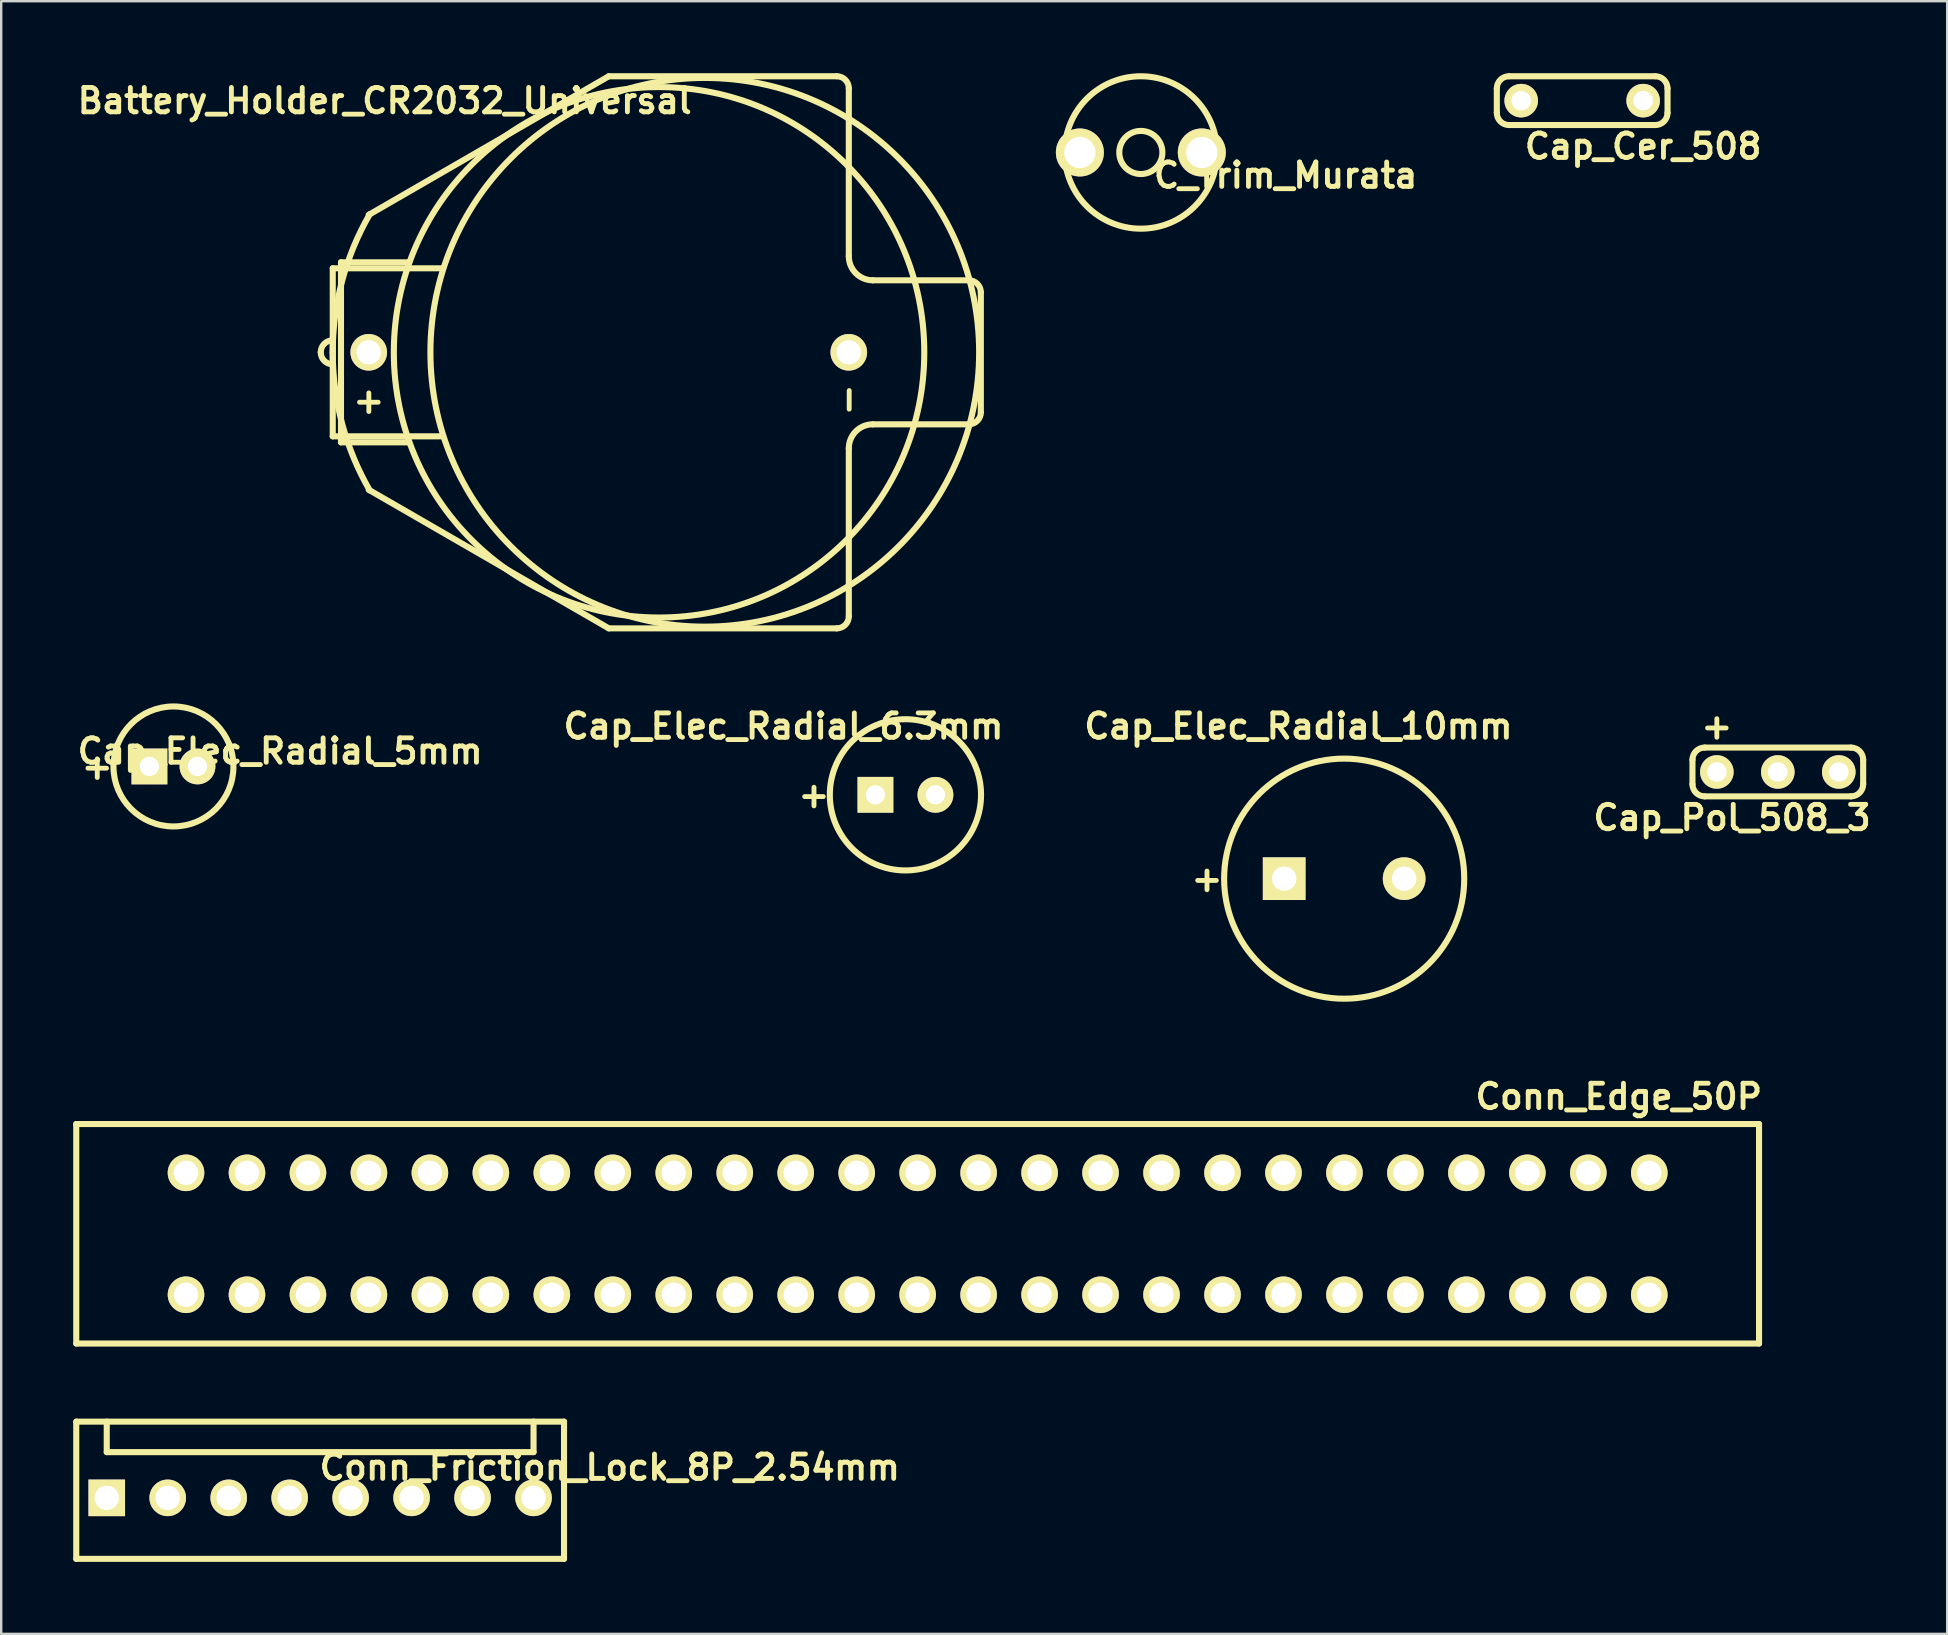
<source format=kicad_pcb>
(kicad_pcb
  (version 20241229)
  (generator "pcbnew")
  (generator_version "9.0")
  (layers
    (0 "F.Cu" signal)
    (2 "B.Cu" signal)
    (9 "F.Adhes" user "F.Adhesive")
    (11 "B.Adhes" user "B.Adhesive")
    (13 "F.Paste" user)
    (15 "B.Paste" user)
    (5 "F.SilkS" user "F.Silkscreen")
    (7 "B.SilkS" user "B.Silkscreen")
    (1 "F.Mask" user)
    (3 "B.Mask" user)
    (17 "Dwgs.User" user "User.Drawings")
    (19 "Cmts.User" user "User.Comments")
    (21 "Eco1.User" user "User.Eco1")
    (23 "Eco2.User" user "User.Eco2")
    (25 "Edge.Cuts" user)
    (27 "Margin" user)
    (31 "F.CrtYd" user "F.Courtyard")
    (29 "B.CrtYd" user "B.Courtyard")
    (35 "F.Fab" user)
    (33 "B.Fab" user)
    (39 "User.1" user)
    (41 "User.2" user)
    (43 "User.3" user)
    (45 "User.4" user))
  (footprint "Cap_Elec_Radial_10mm"
    (layer "F.Cu")
    (at 52.948 33.555)
    (property "Reference" "Cap_Elec_Radial_10mm" (at -1.905 -6.35 0) (layer "F.SilkS") (effects (font (size 1.016 1.016) (thickness 0.203))))
    (attr through_hole)
    (fp_circle (center 0 0) (end -5.001 0) (stroke (width 0.254) (type solid)) (fill no) (layer "F.SilkS"))
    (fp_text user "+" (at -5.715 0 0) (layer "F.SilkS") (effects (font (size 1.016 1.016) (thickness 0.203))))
    (pad "1" thru_hole rect (at -2.499 0) (size 1.778 1.778) (drill 1.016) (layers "*.Cu" "*.Mask" "F.SilkS"))
    (pad "2" thru_hole circle (at 2.499 0) (size 1.778 1.778) (drill 1.016) (layers "*.Cu" "*.Mask" "F.SilkS")))
  (footprint "Conn_Friction_Lock_8P_2.54mm"
    (layer "F.Cu")
    (at 10.287 59.35)
    (property "Reference" "Conn_Friction_Lock_8P_2.54mm" (at 12.065 -1.27 0) (layer "F.SilkS") (effects (font (size 1.016 1.016) (thickness 0.203))))
    (attr through_hole)
    (fp_line (start -10.16 -3.175) (end -10.16 2.54) (stroke (width 0.254) (type solid)) (layer "F.SilkS"))
    (fp_line (start -8.89 -3.175) (end -8.89 -1.905) (stroke (width 0.254) (type solid)) (layer "F.SilkS"))
    (fp_line (start -8.89 -1.905) (end 8.89 -1.905) (stroke (width 0.254) (type solid)) (layer "F.SilkS"))
    (fp_line (start 8.89 -1.905) (end 8.89 -3.175) (stroke (width 0.254) (type solid)) (layer "F.SilkS"))
    (fp_line (start 10.16 -3.175) (end -10.16 -3.175) (stroke (width 0.254) (type solid)) (layer "F.SilkS"))
    (fp_line (start 10.16 2.54) (end -10.16 2.54) (stroke (width 0.254) (type solid)) (layer "F.SilkS"))
    (fp_line (start 10.16 2.54) (end 10.16 -3.175) (stroke (width 0.254) (type solid)) (layer "F.SilkS"))
    (pad "1" thru_hole rect (at -8.89 0) (size 1.524 1.524) (drill 1.016) (layers "*.Cu" "*.Mask" "F.SilkS"))
    (pad "2" thru_hole circle (at -6.35 0) (size 1.524 1.524) (drill 1.016) (layers "*.Cu" "*.Mask" "F.SilkS"))
    (pad "3" thru_hole circle (at -3.81 0) (size 1.524 1.524) (drill 1.016) (layers "*.Cu" "*.Mask" "F.SilkS"))
    (pad "4" thru_hole circle (at -1.27 0) (size 1.524 1.524) (drill 1.016) (layers "*.Cu" "*.Mask" "F.SilkS"))
    (pad "5" thru_hole circle (at 1.27 0) (size 1.524 1.524) (drill 1.016) (layers "*.Cu" "*.Mask" "F.SilkS"))
    (pad "6" thru_hole circle (at 3.81 0) (size 1.524 1.524) (drill 1.016) (layers "*.Cu" "*.Mask" "F.SilkS"))
    (pad "7" thru_hole circle (at 6.35 0) (size 1.524 1.524) (drill 1.016) (layers "*.Cu" "*.Mask" "F.SilkS"))
    (pad "8" thru_hole circle (at 8.89 0) (size 1.524 1.524) (drill 1.016) (layers "*.Cu" "*.Mask" "F.SilkS")))
  (footprint "Cap_Elec_Radial_6.3mm"
    (layer "F.Cu")
    (at 34.67 30.062)
    (property "Reference" "Cap_Elec_Radial_6.3mm" (at -5.08 -2.857 0) (layer "F.SilkS") (effects (font (size 1.016 1.016) (thickness 0.203))))
    (attr through_hole)
    (fp_circle (center 0 0) (end -3.15 0) (stroke (width 0.254) (type solid)) (fill no) (layer "F.SilkS"))
    (fp_text user "+" (at -3.81 0 0) (layer "F.SilkS") (effects (font (size 1.016 1.016) (thickness 0.203))))
    (pad "1" thru_hole rect (at -1.25 0) (size 1.491 1.491) (drill 0.8) (layers "*.Cu" "*.Mask" "F.SilkS"))
    (pad "2" thru_hole circle (at 1.25 0) (size 1.491 1.491) (drill 0.8) (layers "*.Cu" "*.Mask" "F.SilkS")))
  (footprint "Cap_Cer_508"
    (layer "F.Cu")
    (at 62.863 1.143)
    (property "Reference" "Cap_Cer_508" (at 2.54 1.905 0) (layer "F.SilkS") (effects (font (size 1.016 1.016) (thickness 0.203))))
    (attr through_hole)
    (fp_line (start -3.556 0.508) (end -3.556 -0.508) (stroke (width 0.254) (type solid)) (layer "F.SilkS"))
    (fp_line (start -3.048 -1.016) (end 3.048 -1.016) (stroke (width 0.254) (type solid)) (layer "F.SilkS"))
    (fp_line (start -3.048 1.016) (end 3.048 1.016) (stroke (width 0.254) (type solid)) (layer "F.SilkS"))
    (fp_line (start 3.556 0.508) (end 3.556 -0.508) (stroke (width 0.254) (type solid)) (layer "F.SilkS"))
    (fp_arc (start -3.556 -0.508) (mid -3.40721 -0.86721) (end -3.048 -1.016) (stroke (width 0.254) (type solid)) (layer "F.SilkS"))
    (fp_arc (start -3.048 1.016) (mid -3.40721 0.86721) (end -3.556 0.508) (stroke (width 0.254) (type solid)) (layer "F.SilkS"))
    (fp_arc (start 3.048 -1.016) (mid 3.40721 -0.86721) (end 3.556 -0.508) (stroke (width 0.254) (type solid)) (layer "F.SilkS"))
    (fp_arc (start 3.556 0.508) (mid 3.40721 0.86721) (end 3.048 1.016) (stroke (width 0.254) (type solid)) (layer "F.SilkS"))
    (pad "1" thru_hole circle (at -2.54 0) (size 1.397 1.397) (drill 0.813) (layers "*.Cu" "*.Mask" "F.SilkS"))
    (pad "2" thru_hole circle (at 2.54 0) (size 1.397 1.397) (drill 0.813) (layers "*.Cu" "*.Mask" "F.SilkS")))
  (footprint "C_Trim_Murata"
    (layer "F.Cu")
    (at 44.477 3.302)
    (property "Reference" "C_Trim_Murata" (at 6.032 0.953 0) (layer "F.SilkS") (effects (font (size 1.016 1.016) (thickness 0.203))))
    (attr through_hole)
    (fp_circle (center 0 0) (end 0.635 0.635) (stroke (width 0.254) (type solid)) (fill no) (layer "F.SilkS"))
    (fp_circle (center 0 0) (end 3.175 0) (stroke (width 0.254) (type solid)) (fill no) (layer "F.SilkS"))
    (pad "1" thru_hole circle (at 2.54 0) (size 1.999 1.999) (drill 1.3) (layers "*.Cu" "*.Mask" "F.SilkS"))
    (pad "2" thru_hole circle (at -2.54 0) (size 1.999 1.999) (drill 1.3) (layers "*.Cu" "*.Mask" "F.SilkS")))
  (footprint "Conn_Edge_50P"
    (layer "F.Cu")
    (at 35.179 48.349)
    (property "Reference" "Conn_Edge_50P" (at 29.21 -5.715 0) (layer "F.SilkS") (effects (font (size 1.016 1.016) (thickness 0.203))))
    (attr through_hole)
    (fp_line (start -35.052 -4.572) (end 35.052 -4.572) (stroke (width 0.254) (type solid)) (layer "F.SilkS"))
    (fp_line (start -35.052 4.572) (end -35.052 -4.572) (stroke (width 0.254) (type solid)) (layer "F.SilkS"))
    (fp_line (start 35.052 -4.572) (end 35.052 4.572) (stroke (width 0.254) (type solid)) (layer "F.SilkS"))
    (fp_line (start 35.052 4.572) (end -35.052 4.572) (stroke (width 0.254) (type solid)) (layer "F.SilkS"))
    (pad "1" thru_hole circle (at -30.48 2.54 180) (size 1.524 1.524) (drill 1.016) (layers "*.Cu" "*.Mask" "F.SilkS"))
    (pad "2" thru_hole circle (at -30.48 -2.54 180) (size 1.524 1.524) (drill 1.016) (layers "*.Cu" "*.Mask" "F.SilkS"))
    (pad "3" thru_hole circle (at -27.94 2.54 180) (size 1.524 1.524) (drill 1.016) (layers "*.Cu" "*.Mask" "F.SilkS"))
    (pad "4" thru_hole circle (at -27.94 -2.54 180) (size 1.524 1.524) (drill 1.016) (layers "*.Cu" "*.Mask" "F.SilkS"))
    (pad "5" thru_hole circle (at -25.4 2.54 180) (size 1.524 1.524) (drill 1.016) (layers "*.Cu" "*.Mask" "F.SilkS"))
    (pad "6" thru_hole circle (at -25.4 -2.54 180) (size 1.524 1.524) (drill 1.016) (layers "*.Cu" "*.Mask" "F.SilkS"))
    (pad "7" thru_hole circle (at -22.86 2.54 180) (size 1.524 1.524) (drill 1.016) (layers "*.Cu" "*.Mask" "F.SilkS"))
    (pad "8" thru_hole circle (at -22.86 -2.54 180) (size 1.524 1.524) (drill 1.016) (layers "*.Cu" "*.Mask" "F.SilkS"))
    (pad "9" thru_hole circle (at -20.32 2.54 180) (size 1.524 1.524) (drill 1.016) (layers "*.Cu" "*.Mask" "F.SilkS"))
    (pad "10" thru_hole circle (at -20.32 -2.54 180) (size 1.524 1.524) (drill 1.016) (layers "*.Cu" "*.Mask" "F.SilkS"))
    (pad "11" thru_hole circle (at -17.78 2.54 180) (size 1.524 1.524) (drill 1.016) (layers "*.Cu" "*.Mask" "F.SilkS"))
    (pad "12" thru_hole circle (at -17.78 -2.54 180) (size 1.524 1.524) (drill 1.016) (layers "*.Cu" "*.Mask" "F.SilkS"))
    (pad "13" thru_hole circle (at -15.24 2.54 180) (size 1.524 1.524) (drill 1.016) (layers "*.Cu" "*.Mask" "F.SilkS"))
    (pad "14" thru_hole circle (at -15.24 -2.54 180) (size 1.524 1.524) (drill 1.016) (layers "*.Cu" "*.Mask" "F.SilkS"))
    (pad "15" thru_hole circle (at -12.7 2.54 180) (size 1.524 1.524) (drill 1.016) (layers "*.Cu" "*.Mask" "F.SilkS"))
    (pad "16" thru_hole circle (at -12.7 -2.54 180) (size 1.524 1.524) (drill 1.016) (layers "*.Cu" "*.Mask" "F.SilkS"))
    (pad "17" thru_hole circle (at -10.16 2.54 180) (size 1.524 1.524) (drill 1.016) (layers "*.Cu" "*.Mask" "F.SilkS"))
    (pad "18" thru_hole circle (at -10.16 -2.54 180) (size 1.524 1.524) (drill 1.016) (layers "*.Cu" "*.Mask" "F.SilkS"))
    (pad "19" thru_hole circle (at -7.62 2.54 180) (size 1.524 1.524) (drill 1.016) (layers "*.Cu" "*.Mask" "F.SilkS"))
    (pad "20" thru_hole circle (at -7.62 -2.54 180) (size 1.524 1.524) (drill 1.016) (layers "*.Cu" "*.Mask" "F.SilkS"))
    (pad "21" thru_hole circle (at -5.08 2.54 180) (size 1.524 1.524) (drill 1.016) (layers "*.Cu" "*.Mask" "F.SilkS"))
    (pad "22" thru_hole circle (at -5.08 -2.54 180) (size 1.524 1.524) (drill 1.016) (layers "*.Cu" "*.Mask" "F.SilkS"))
    (pad "23" thru_hole circle (at -2.54 2.54 180) (size 1.524 1.524) (drill 1.016) (layers "*.Cu" "*.Mask" "F.SilkS"))
    (pad "24" thru_hole circle (at -2.54 -2.54 180) (size 1.524 1.524) (drill 1.016) (layers "*.Cu" "*.Mask" "F.SilkS"))
    (pad "25" thru_hole circle (at 0 2.54 180) (size 1.524 1.524) (drill 1.016) (layers "*.Cu" "*.Mask" "F.SilkS"))
    (pad "26" thru_hole circle (at 0 -2.54 180) (size 1.524 1.524) (drill 1.016) (layers "*.Cu" "*.Mask" "F.SilkS"))
    (pad "27" thru_hole circle (at 2.54 2.54 180) (size 1.524 1.524) (drill 1.016) (layers "*.Cu" "*.Mask" "F.SilkS"))
    (pad "28" thru_hole circle (at 2.54 -2.54 180) (size 1.524 1.524) (drill 1.016) (layers "*.Cu" "*.Mask" "F.SilkS"))
    (pad "29" thru_hole circle (at 5.08 2.54 180) (size 1.524 1.524) (drill 1.016) (layers "*.Cu" "*.Mask" "F.SilkS"))
    (pad "30" thru_hole circle (at 5.08 -2.54 180) (size 1.524 1.524) (drill 1.016) (layers "*.Cu" "*.Mask" "F.SilkS"))
    (pad "31" thru_hole circle (at 7.62 2.54 180) (size 1.524 1.524) (drill 1.016) (layers "*.Cu" "*.Mask" "F.SilkS"))
    (pad "32" thru_hole circle (at 7.62 -2.54 180) (size 1.524 1.524) (drill 1.016) (layers "*.Cu" "*.Mask" "F.SilkS"))
    (pad "33" thru_hole circle (at 10.16 2.54 180) (size 1.524 1.524) (drill 1.016) (layers "*.Cu" "*.Mask" "F.SilkS"))
    (pad "34" thru_hole circle (at 10.16 -2.54 180) (size 1.524 1.524) (drill 1.016) (layers "*.Cu" "*.Mask" "F.SilkS"))
    (pad "35" thru_hole circle (at 12.7 2.54 180) (size 1.524 1.524) (drill 1.016) (layers "*.Cu" "*.Mask" "F.SilkS"))
    (pad "36" thru_hole circle (at 12.7 -2.54 180) (size 1.524 1.524) (drill 1.016) (layers "*.Cu" "*.Mask" "F.SilkS"))
    (pad "37" thru_hole circle (at 15.24 2.54 180) (size 1.524 1.524) (drill 1.016) (layers "*.Cu" "*.Mask" "F.SilkS"))
    (pad "38" thru_hole circle (at 15.24 -2.54 180) (size 1.524 1.524) (drill 1.016) (layers "*.Cu" "*.Mask" "F.SilkS"))
    (pad "39" thru_hole circle (at 17.78 2.54 180) (size 1.524 1.524) (drill 1.016) (layers "*.Cu" "*.Mask" "F.SilkS"))
    (pad "40" thru_hole circle (at 17.78 -2.54 180) (size 1.524 1.524) (drill 1.016) (layers "*.Cu" "*.Mask" "F.SilkS"))
    (pad "41" thru_hole circle (at 20.32 2.54 180) (size 1.524 1.524) (drill 1.016) (layers "*.Cu" "*.Mask" "F.SilkS"))
    (pad "42" thru_hole circle (at 20.32 -2.54 180) (size 1.524 1.524) (drill 1.016) (layers "*.Cu" "*.Mask" "F.SilkS"))
    (pad "43" thru_hole circle (at 22.86 2.54 180) (size 1.524 1.524) (drill 1.016) (layers "*.Cu" "*.Mask" "F.SilkS"))
    (pad "44" thru_hole circle (at 22.86 -2.54 180) (size 1.524 1.524) (drill 1.016) (layers "*.Cu" "*.Mask" "F.SilkS"))
    (pad "45" thru_hole circle (at 25.4 2.54 180) (size 1.524 1.524) (drill 1.016) (layers "*.Cu" "*.Mask" "F.SilkS"))
    (pad "46" thru_hole circle (at 25.4 -2.54 180) (size 1.524 1.524) (drill 1.016) (layers "*.Cu" "*.Mask" "F.SilkS"))
    (pad "47" thru_hole circle (at 27.94 2.54 180) (size 1.524 1.524) (drill 1.016) (layers "*.Cu" "*.Mask" "F.SilkS"))
    (pad "48" thru_hole circle (at 27.94 -2.54 180) (size 1.524 1.524) (drill 1.016) (layers "*.Cu" "*.Mask" "F.SilkS"))
    (pad "49" thru_hole circle (at 30.48 2.54 180) (size 1.524 1.524) (drill 1.016) (layers "*.Cu" "*.Mask" "F.SilkS"))
    (pad "50" thru_hole circle (at 30.48 -2.54 180) (size 1.524 1.524) (drill 1.016) (layers "*.Cu" "*.Mask" "F.SilkS")))
  (footprint "Battery_Holder_CR2032_Universal"
    (layer "F.Cu")
    (at 26.311 11.627)
    (property "Reference" "Battery_Holder_CR2032_Universal" (at -13.335 -10.477 0) (layer "F.SilkS") (effects (font (size 1.016 1.016) (thickness 0.203))))
    (attr through_hole)
    (fp_line (start -15.499 -3.5) (end -15.499 3.5) (stroke (width 0.254) (type solid)) (layer "F.SilkS"))
    (fp_line (start -15.499 3.5) (end -10.922 3.5) (stroke (width 0.254) (type solid)) (layer "F.SilkS"))
    (fp_line (start -15.155 -3.75) (end -15.155 3.75) (stroke (width 0.254) (type solid)) (layer "F.SilkS"))
    (fp_line (start -15.155 -3.75) (end -12.319 -3.75) (stroke (width 0.254) (type solid)) (layer "F.SilkS"))
    (fp_line (start -15.155 3.75) (end -12.319 3.75) (stroke (width 0.254) (type solid)) (layer "F.SilkS"))
    (fp_line (start -14 -5.726) (end -4 -11.5) (stroke (width 0.254) (type solid)) (layer "F.SilkS"))
    (fp_line (start -14 5.726) (end -4 11.5) (stroke (width 0.254) (type solid)) (layer "F.SilkS"))
    (fp_line (start -10.922 -3.5) (end -15.499 -3.5) (stroke (width 0.254) (type solid)) (layer "F.SilkS"))
    (fp_line (start -4 -11.5) (end 5.5 -11.5) (stroke (width 0.254) (type solid)) (layer "F.SilkS"))
    (fp_line (start -4 11.5) (end 5.5 11.5) (stroke (width 0.254) (type solid)) (layer "F.SilkS"))
    (fp_line (start 6 -4) (end 6 -11) (stroke (width 0.254) (type solid)) (layer "F.SilkS"))
    (fp_line (start 6 11) (end 6 4) (stroke (width 0.254) (type solid)) (layer "F.SilkS"))
    (fp_line (start 7 -3) (end 11 -3) (stroke (width 0.254) (type solid)) (layer "F.SilkS"))
    (fp_line (start 7 3) (end 11 3) (stroke (width 0.254) (type solid)) (layer "F.SilkS"))
    (fp_line (start 11.5 -2.5) (end 11.5 2.5) (stroke (width 0.254) (type solid)) (layer "F.SilkS"))
    (fp_arc (start -15.99946 0) (mid -15.852902 -0.353822) (end -15.49908 -0.50038) (stroke (width 0.254) (type solid)) (layer "F.SilkS"))
    (fp_arc (start -15.5 0) (mid -15.108147 -2.976419) (end -13.959292 -5.75) (stroke (width 0.254) (type solid)) (layer "F.SilkS"))
    (fp_arc (start -15.49908 0.50038) (mid -15.852902 0.353822) (end -15.99946 0) (stroke (width 0.254) (type solid)) (layer "F.SilkS"))
    (fp_arc (start -13.959292 5.75) (mid -15.108147 2.976419) (end -15.5 0) (stroke (width 0.254) (type solid)) (layer "F.SilkS"))
    (fp_arc (start 5.5 -11.5) (mid 5.853553 -11.353553) (end 6 -11) (stroke (width 0.254) (type solid)) (layer "F.SilkS"))
    (fp_arc (start 6 4) (mid 6.292893 3.292893) (end 7 3) (stroke (width 0.254) (type solid)) (layer "F.SilkS"))
    (fp_arc (start 6 11) (mid 5.853553 11.353553) (end 5.5 11.5) (stroke (width 0.254) (type solid)) (layer "F.SilkS"))
    (fp_arc (start 7 -3) (mid 6.292893 -3.292893) (end 6 -4) (stroke (width 0.254) (type solid)) (layer "F.SilkS"))
    (fp_arc (start 11 -3) (mid 11.353553 -2.853553) (end 11.5 -2.5) (stroke (width 0.254) (type solid)) (layer "F.SilkS"))
    (fp_arc (start 11.5 2.5) (mid 11.353553 2.853553) (end 11 3) (stroke (width 0.254) (type solid)) (layer "F.SilkS"))
    (fp_circle (center -1.905 0) (end -1.905 -11.049) (stroke (width 0.254) (type solid)) (fill no) (layer "F.SilkS"))
    (fp_circle (center 0 0) (end 0 -11.43) (stroke (width 0.254) (type solid)) (fill no) (layer "F.SilkS"))
    (fp_text user "+" (at -13.995 2.007 0) (layer "F.SilkS") (effects (font (size 1.016 1.016) (thickness 0.203))))
    (fp_text user "-" (at 5.944 1.981 90) (layer "F.SilkS") (effects (font (size 1.016 1.016) (thickness 0.203))))
    (pad "1" thru_hole circle (at -14 0) (size 1.524 1.524) (drill 1.016) (layers "*.Cu" "*.Mask" "F.SilkS"))
    (pad "2" thru_hole circle (at 5.999 0) (size 1.524 1.524) (drill 1.016) (layers "*.Cu" "*.Mask" "F.SilkS")))
  (footprint "Cap_Elec_Radial_5mm"
    (layer "F.Cu")
    (at 4.176 28.88)
    (property "Reference" "Cap_Elec_Radial_5mm" (at 4.445 -0.635 0) (layer "F.SilkS") (effects (font (size 1.016 1.016) (thickness 0.203))))
    (attr through_hole)
    (fp_circle (center 0 0) (end -2.499 0) (stroke (width 0.254) (type solid)) (fill no) (layer "F.SilkS"))
    (fp_text user "+" (at -3.175 0 0) (layer "F.SilkS") (effects (font (size 1.016 1.016) (thickness 0.203))))
    (pad "1" thru_hole rect (at -1.001 0) (size 1.491 1.491) (drill 0.8) (layers "*.Cu" "*.Mask" "F.SilkS"))
    (pad "2" thru_hole circle (at 1.001 0) (size 1.491 1.491) (drill 0.8) (layers "*.Cu" "*.Mask" "F.SilkS")))
  (footprint "Cap_Pol_508_3"
    (layer "F.Cu")
    (at 71.013 29.11)
    (property "Reference" "Cap_Pol_508_3" (at -1.905 1.905 0) (layer "F.SilkS") (effects (font (size 1.016 1.016) (thickness 0.203))))
    (attr through_hole)
    (fp_line (start -3.556 0.508) (end -3.556 -0.508) (stroke (width 0.254) (type solid)) (layer "F.SilkS"))
    (fp_line (start -3.048 -1.016) (end 3.048 -1.016) (stroke (width 0.254) (type solid)) (layer "F.SilkS"))
    (fp_line (start -3.048 1.016) (end 3.048 1.016) (stroke (width 0.254) (type solid)) (layer "F.SilkS"))
    (fp_line (start 3.556 0.508) (end 3.556 -0.508) (stroke (width 0.254) (type solid)) (layer "F.SilkS"))
    (fp_arc (start -3.556 -0.508) (mid -3.40721 -0.86721) (end -3.048 -1.016) (stroke (width 0.254) (type solid)) (layer "F.SilkS"))
    (fp_arc (start -3.048 1.016) (mid -3.40721 0.86721) (end -3.556 0.508) (stroke (width 0.254) (type solid)) (layer "F.SilkS"))
    (fp_arc (start 3.048 -1.016) (mid 3.40721 -0.86721) (end 3.556 -0.508) (stroke (width 0.254) (type solid)) (layer "F.SilkS"))
    (fp_arc (start 3.556 0.508) (mid 3.40721 0.86721) (end 3.048 1.016) (stroke (width 0.254) (type solid)) (layer "F.SilkS"))
    (fp_text user "+" (at -2.54 -1.905 0) (layer "F.SilkS") (effects (font (size 1.016 1.016) (thickness 0.203))))
    (pad "1" thru_hole circle (at -2.54 0) (size 1.397 1.397) (drill 0.813) (layers "*.Cu" "*.Mask" "F.SilkS"))
    (pad "2" thru_hole circle (at 0 0) (size 1.397 1.397) (drill 0.813) (layers "*.Cu" "*.Mask" "F.SilkS"))
    (pad "2" thru_hole circle (at 2.54 0) (size 1.397 1.397) (drill 0.813) (layers "*.Cu" "*.Mask" "F.SilkS")))
  (gr_rect
    (start -3 -3)
    (end 78.069 65.017)
    (stroke (width 0.1) (type default))
    (fill no)
    (layer "Edge.Cuts")))
</source>
